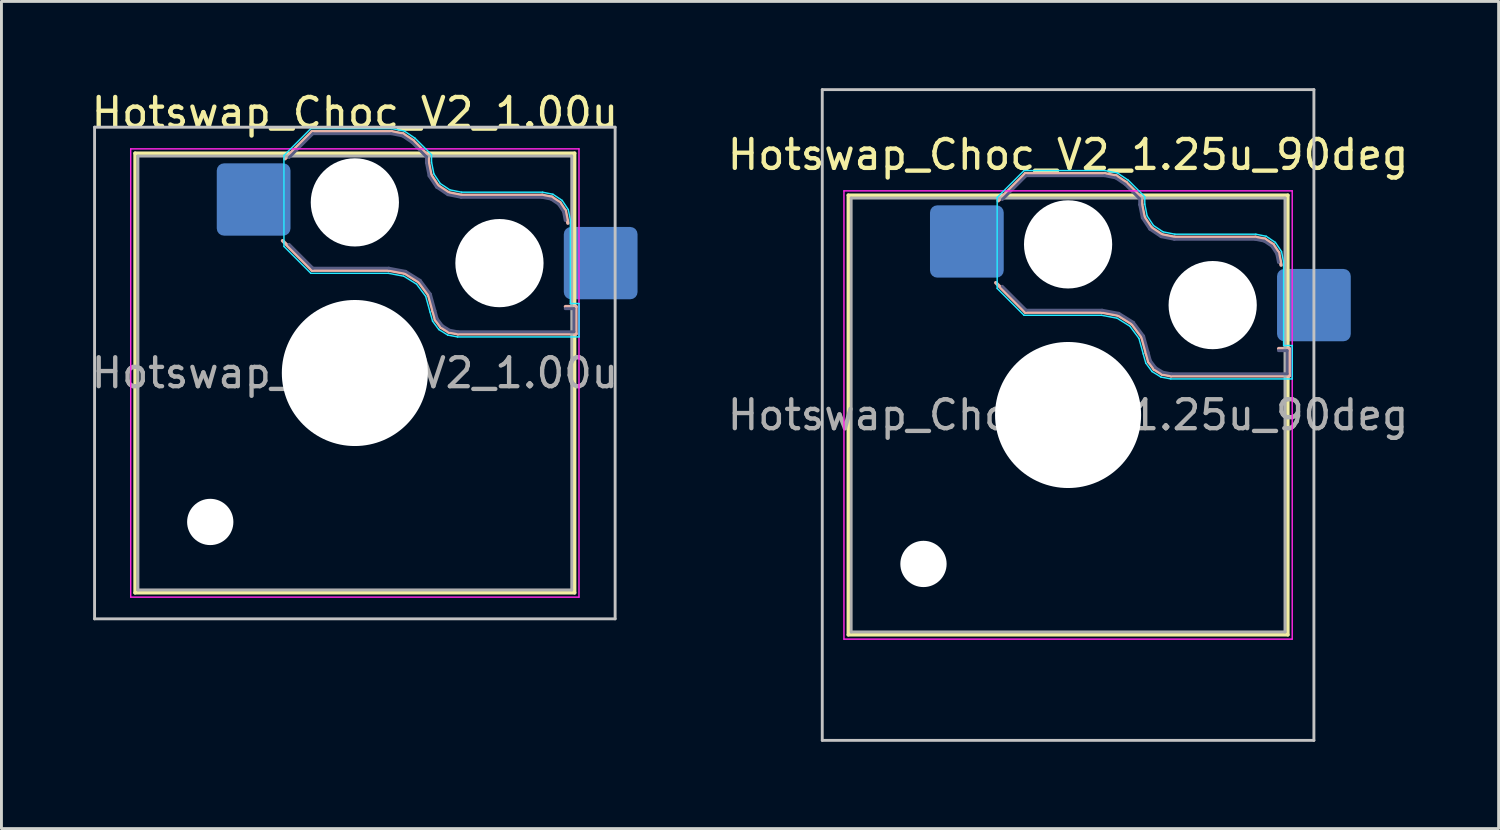
<source format=kicad_pcb>
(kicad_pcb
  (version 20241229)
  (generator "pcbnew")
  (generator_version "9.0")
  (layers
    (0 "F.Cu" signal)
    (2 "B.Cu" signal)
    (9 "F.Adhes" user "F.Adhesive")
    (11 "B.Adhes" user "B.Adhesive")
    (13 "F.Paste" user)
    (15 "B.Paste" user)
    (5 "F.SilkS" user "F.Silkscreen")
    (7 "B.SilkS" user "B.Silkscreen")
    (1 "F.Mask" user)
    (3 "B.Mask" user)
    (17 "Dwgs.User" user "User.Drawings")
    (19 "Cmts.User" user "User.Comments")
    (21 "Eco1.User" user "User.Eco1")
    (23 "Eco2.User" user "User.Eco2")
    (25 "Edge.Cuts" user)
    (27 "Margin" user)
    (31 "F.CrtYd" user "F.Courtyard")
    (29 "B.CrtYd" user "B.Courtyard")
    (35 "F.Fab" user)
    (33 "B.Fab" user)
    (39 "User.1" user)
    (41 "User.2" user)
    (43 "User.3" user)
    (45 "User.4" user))
  (footprint "Hotswap_Choc_V2_1.25u_90deg"
    (layer "F.Cu")
    (at 33.882 11.3)
    (property "Reference" "Hotswap_Choc_V2_1.25u_90deg" (at 0 -9 0) (layer "F.SilkS") (effects (font (size 1 1) (thickness 0.15))))
    (attr smd)
    (fp_line (start -7.6 -7.6) (end -7.6 7.6) (stroke (width 0.12) (type solid)) (layer "F.SilkS"))
    (fp_line (start -7.6 7.6) (end 7.6 7.6) (stroke (width 0.12) (type solid)) (layer "F.SilkS"))
    (fp_line (start 7.6 -7.6) (end -7.6 -7.6) (stroke (width 0.12) (type solid)) (layer "F.SilkS"))
    (fp_line (start 7.6 7.6) (end 7.6 -7.6) (stroke (width 0.12) (type solid)) (layer "F.SilkS"))
    (fp_line (start -2.416 -7.409) (end -1.479 -8.346) (stroke (width 0.12) (type solid)) (layer "B.SilkS"))
    (fp_line (start -1.479 -8.346) (end 1.268 -8.346) (stroke (width 0.12) (type solid)) (layer "B.SilkS"))
    (fp_line (start -1.479 -3.554) (end -2.5 -4.575) (stroke (width 0.12) (type solid)) (layer "B.SilkS"))
    (fp_line (start 1.168 -3.554) (end -1.479 -3.554) (stroke (width 0.12) (type solid)) (layer "B.SilkS"))
    (fp_line (start 1.268 -8.346) (end 1.671 -8.266) (stroke (width 0.12) (type solid)) (layer "B.SilkS"))
    (fp_line (start 1.671 -8.266) (end 2.013 -8.037) (stroke (width 0.12) (type solid)) (layer "B.SilkS"))
    (fp_line (start 1.73 -3.449) (end 1.168 -3.554) (stroke (width 0.12) (type solid)) (layer "B.SilkS"))
    (fp_line (start 2.013 -8.037) (end 2.546 -7.504) (stroke (width 0.12) (type solid)) (layer "B.SilkS"))
    (fp_line (start 2.209 -3.15) (end 1.73 -3.449) (stroke (width 0.12) (type solid)) (layer "B.SilkS"))
    (fp_line (start 2.546 -7.504) (end 2.546 -7.282) (stroke (width 0.12) (type solid)) (layer "B.SilkS"))
    (fp_line (start 2.546 -7.282) (end 2.633 -6.844) (stroke (width 0.12) (type solid)) (layer "B.SilkS"))
    (fp_line (start 2.547 -2.697) (end 2.209 -3.15) (stroke (width 0.12) (type solid)) (layer "B.SilkS"))
    (fp_line (start 2.633 -6.844) (end 2.877 -6.477) (stroke (width 0.12) (type solid)) (layer "B.SilkS"))
    (fp_line (start 2.701 -2.139) (end 2.547 -2.697) (stroke (width 0.12) (type solid)) (layer "B.SilkS"))
    (fp_line (start 2.783 -1.841) (end 2.701 -2.139) (stroke (width 0.12) (type solid)) (layer "B.SilkS"))
    (fp_line (start 2.877 -6.477) (end 3.244 -6.233) (stroke (width 0.12) (type solid)) (layer "B.SilkS"))
    (fp_line (start 2.976 -1.583) (end 2.783 -1.841) (stroke (width 0.12) (type solid)) (layer "B.SilkS"))
    (fp_line (start 3.244 -6.233) (end 3.682 -6.146) (stroke (width 0.12) (type solid)) (layer "B.SilkS"))
    (fp_line (start 3.25 -1.413) (end 2.976 -1.583) (stroke (width 0.12) (type solid)) (layer "B.SilkS"))
    (fp_line (start 3.56 -1.354) (end 3.25 -1.413) (stroke (width 0.12) (type solid)) (layer "B.SilkS"))
    (fp_line (start 3.682 -6.146) (end 6.482 -6.146) (stroke (width 0.12) (type solid)) (layer "B.SilkS"))
    (fp_line (start 6.482 -6.146) (end 6.809 -6.081) (stroke (width 0.12) (type solid)) (layer "B.SilkS"))
    (fp_line (start 6.809 -6.081) (end 7.092 -5.892) (stroke (width 0.12) (type solid)) (layer "B.SilkS"))
    (fp_line (start 7.092 -5.892) (end 7.281 -5.609) (stroke (width 0.12) (type solid)) (layer "B.SilkS"))
    (fp_line (start 7.281 -5.609) (end 7.366 -5.182) (stroke (width 0.12) (type solid)) (layer "B.SilkS"))
    (fp_line (start 7.283 -2.296) (end 7.646 -2.296) (stroke (width 0.12) (type solid)) (layer "B.SilkS"))
    (fp_line (start 7.646 -2.296) (end 7.646 -1.354) (stroke (width 0.12) (type solid)) (layer "B.SilkS"))
    (fp_line (start 7.646 -1.354) (end 3.56 -1.354) (stroke (width 0.12) (type solid)) (layer "B.SilkS"))
    (fp_line (start -8.5 -11.25) (end 8.5 -11.25) (stroke (width 0.1) (type solid)) (layer "Dwgs.User"))
    (fp_line (start -8.5 11.25) (end -8.5 -11.25) (stroke (width 0.1) (type solid)) (layer "Dwgs.User"))
    (fp_line (start 8.5 -11.25) (end 8.5 11.25) (stroke (width 0.1) (type solid)) (layer "Dwgs.User"))
    (fp_line (start 8.5 11.25) (end -8.5 11.25) (stroke (width 0.1) (type solid)) (layer "Dwgs.User"))
    (fp_line (start -7.25 -7.25) (end -7.25 7.25) (stroke (width 0.1) (type solid)) (layer "Eco1.User"))
    (fp_line (start -7.25 7.25) (end 7.25 7.25) (stroke (width 0.1) (type solid)) (layer "Eco1.User"))
    (fp_line (start 7.25 -7.25) (end -7.25 -7.25) (stroke (width 0.1) (type solid)) (layer "Eco1.User"))
    (fp_line (start 7.25 7.25) (end 7.25 -7.25) (stroke (width 0.1) (type solid)) (layer "Eco1.User"))
    (fp_line (start -2.452 -7.523) (end -1.523 -8.452) (stroke (width 0.05) (type solid)) (layer "B.CrtYd"))
    (fp_line (start -2.452 -4.377) (end -2.452 -7.523) (stroke (width 0.05) (type solid)) (layer "B.CrtYd"))
    (fp_line (start -1.523 -8.452) (end 1.278 -8.452) (stroke (width 0.05) (type solid)) (layer "B.CrtYd"))
    (fp_line (start -1.523 -3.448) (end -2.452 -4.377) (stroke (width 0.05) (type solid)) (layer "B.CrtYd"))
    (fp_line (start 1.159 -3.448) (end -1.523 -3.448) (stroke (width 0.05) (type solid)) (layer "B.CrtYd"))
    (fp_line (start 1.278 -8.452) (end 1.712 -8.366) (stroke (width 0.05) (type solid)) (layer "B.CrtYd"))
    (fp_line (start 1.691 -3.348) (end 1.159 -3.448) (stroke (width 0.05) (type solid)) (layer "B.CrtYd"))
    (fp_line (start 1.712 -8.366) (end 2.081 -8.119) (stroke (width 0.05) (type solid)) (layer "B.CrtYd"))
    (fp_line (start 2.081 -8.119) (end 2.652 -7.548) (stroke (width 0.05) (type solid)) (layer "B.CrtYd"))
    (fp_line (start 2.136 -3.071) (end 1.691 -3.348) (stroke (width 0.05) (type solid)) (layer "B.CrtYd"))
    (fp_line (start 2.45 -2.65) (end 2.136 -3.071) (stroke (width 0.05) (type solid)) (layer "B.CrtYd"))
    (fp_line (start 2.599 -2.111) (end 2.45 -2.65) (stroke (width 0.05) (type solid)) (layer "B.CrtYd"))
    (fp_line (start 2.652 -7.548) (end 2.652 -7.292) (stroke (width 0.05) (type solid)) (layer "B.CrtYd"))
    (fp_line (start 2.652 -7.292) (end 2.733 -6.885) (stroke (width 0.05) (type solid)) (layer "B.CrtYd"))
    (fp_line (start 2.687 -1.794) (end 2.599 -2.111) (stroke (width 0.05) (type solid)) (layer "B.CrtYd"))
    (fp_line (start 2.733 -6.885) (end 2.953 -6.553) (stroke (width 0.05) (type solid)) (layer "B.CrtYd"))
    (fp_line (start 2.903 -1.503) (end 2.687 -1.794) (stroke (width 0.05) (type solid)) (layer "B.CrtYd"))
    (fp_line (start 2.953 -6.553) (end 3.285 -6.333) (stroke (width 0.05) (type solid)) (layer "B.CrtYd"))
    (fp_line (start 3.211 -1.312) (end 2.903 -1.503) (stroke (width 0.05) (type solid)) (layer "B.CrtYd"))
    (fp_line (start 3.285 -6.333) (end 3.692 -6.252) (stroke (width 0.05) (type solid)) (layer "B.CrtYd"))
    (fp_line (start 3.55 -1.248) (end 3.211 -1.312) (stroke (width 0.05) (type solid)) (layer "B.CrtYd"))
    (fp_line (start 3.692 -6.252) (end 6.492 -6.252) (stroke (width 0.05) (type solid)) (layer "B.CrtYd"))
    (fp_line (start 6.492 -6.252) (end 6.85 -6.181) (stroke (width 0.05) (type solid)) (layer "B.CrtYd"))
    (fp_line (start 6.85 -6.181) (end 7.168 -5.968) (stroke (width 0.05) (type solid)) (layer "B.CrtYd"))
    (fp_line (start 7.168 -5.968) (end 7.381 -5.65) (stroke (width 0.05) (type solid)) (layer "B.CrtYd"))
    (fp_line (start 7.381 -5.65) (end 7.452 -5.292) (stroke (width 0.05) (type solid)) (layer "B.CrtYd"))
    (fp_line (start 7.452 -5.292) (end 7.452 -2.402) (stroke (width 0.05) (type solid)) (layer "B.CrtYd"))
    (fp_line (start 7.452 -2.402) (end 7.752 -2.402) (stroke (width 0.05) (type solid)) (layer "B.CrtYd"))
    (fp_line (start 7.752 -2.402) (end 7.752 -1.248) (stroke (width 0.05) (type solid)) (layer "B.CrtYd"))
    (fp_line (start 7.752 -1.248) (end 3.55 -1.248) (stroke (width 0.05) (type solid)) (layer "B.CrtYd"))
    (fp_line (start -7.75 -7.75) (end -7.75 7.75) (stroke (width 0.05) (type solid)) (layer "F.CrtYd"))
    (fp_line (start -7.75 7.75) (end 7.75 7.75) (stroke (width 0.05) (type solid)) (layer "F.CrtYd"))
    (fp_line (start 7.75 -7.75) (end -7.75 -7.75) (stroke (width 0.05) (type solid)) (layer "F.CrtYd"))
    (fp_line (start 7.75 7.75) (end 7.75 -7.75) (stroke (width 0.05) (type solid)) (layer "F.CrtYd"))
    (fp_line (start -2.275 -7.45) (end -1.45 -8.275) (stroke (width 0.1) (type solid)) (layer "B.Fab"))
    (fp_line (start -1.45 -8.275) (end 1.261 -8.275) (stroke (width 0.1) (type solid)) (layer "B.Fab"))
    (fp_line (start -1.45 -3.625) (end -2.275 -4.45) (stroke (width 0.1) (type solid)) (layer "B.Fab"))
    (fp_line (start 1.175 -3.625) (end -1.45 -3.625) (stroke (width 0.1) (type solid)) (layer "B.Fab"))
    (fp_line (start 1.261 -8.275) (end 1.643 -8.199) (stroke (width 0.1) (type solid)) (layer "B.Fab"))
    (fp_line (start 1.643 -8.199) (end 1.968 -7.982) (stroke (width 0.1) (type solid)) (layer "B.Fab"))
    (fp_line (start 1.756 -3.516) (end 1.175 -3.625) (stroke (width 0.1) (type solid)) (layer "B.Fab"))
    (fp_line (start 1.968 -7.982) (end 2.475 -7.475) (stroke (width 0.1) (type solid)) (layer "B.Fab"))
    (fp_line (start 2.258 -3.203) (end 1.756 -3.516) (stroke (width 0.1) (type solid)) (layer "B.Fab"))
    (fp_line (start 2.475 -7.475) (end 2.475 -7.275) (stroke (width 0.1) (type solid)) (layer "B.Fab"))
    (fp_line (start 2.475 -7.275) (end 2.566 -6.816) (stroke (width 0.1) (type solid)) (layer "B.Fab"))
    (fp_line (start 2.566 -6.816) (end 2.826 -6.426) (stroke (width 0.1) (type solid)) (layer "B.Fab"))
    (fp_line (start 2.612 -2.729) (end 2.258 -3.203) (stroke (width 0.1) (type solid)) (layer "B.Fab"))
    (fp_line (start 2.769 -2.158) (end 2.612 -2.729) (stroke (width 0.1) (type solid)) (layer "B.Fab"))
    (fp_line (start 2.826 -6.426) (end 3.216 -6.166) (stroke (width 0.1) (type solid)) (layer "B.Fab"))
    (fp_line (start 2.848 -1.873) (end 2.769 -2.158) (stroke (width 0.1) (type solid)) (layer "B.Fab"))
    (fp_line (start 3.025 -1.636) (end 2.848 -1.873) (stroke (width 0.1) (type solid)) (layer "B.Fab"))
    (fp_line (start 3.216 -6.166) (end 3.675 -6.075) (stroke (width 0.1) (type solid)) (layer "B.Fab"))
    (fp_line (start 3.276 -1.48) (end 3.025 -1.636) (stroke (width 0.1) (type solid)) (layer "B.Fab"))
    (fp_line (start 3.567 -1.425) (end 3.276 -1.48) (stroke (width 0.1) (type solid)) (layer "B.Fab"))
    (fp_line (start 3.675 -6.075) (end 6.475 -6.075) (stroke (width 0.1) (type solid)) (layer "B.Fab"))
    (fp_line (start 6.475 -6.075) (end 6.781 -6.014) (stroke (width 0.1) (type solid)) (layer "B.Fab"))
    (fp_line (start 6.781 -6.014) (end 7.041 -5.841) (stroke (width 0.1) (type solid)) (layer "B.Fab"))
    (fp_line (start 7.041 -5.841) (end 7.214 -5.581) (stroke (width 0.1) (type solid)) (layer "B.Fab"))
    (fp_line (start 7.214 -5.581) (end 7.275 -5.275) (stroke (width 0.1) (type solid)) (layer "B.Fab"))
    (fp_line (start 7.275 -2.225) (end 7.575 -2.225) (stroke (width 0.1) (type solid)) (layer "B.Fab"))
    (fp_line (start 7.575 -2.225) (end 7.575 -1.425) (stroke (width 0.1) (type solid)) (layer "B.Fab"))
    (fp_line (start 7.575 -1.425) (end 3.567 -1.425) (stroke (width 0.1) (type solid)) (layer "B.Fab"))
    (fp_line (start -7.5 -7.5) (end -7.5 7.5) (stroke (width 0.1) (type solid)) (layer "F.Fab"))
    (fp_line (start -7.5 7.5) (end 7.5 7.5) (stroke (width 0.1) (type solid)) (layer "F.Fab"))
    (fp_line (start 7.5 -7.5) (end -7.5 -7.5) (stroke (width 0.1) (type solid)) (layer "F.Fab"))
    (fp_line (start 7.5 7.5) (end 7.5 -7.5) (stroke (width 0.1) (type solid)) (layer "F.Fab"))
    (fp_text user "${REFERENCE}" (at 0 0 0) (layer "F.Fab") (effects (font (size 1 1) (thickness 0.15))))
    (pad "" np_thru_hole circle (at -5 5.15) (size 1.6 1.6) (drill 1.6) (layers "*.Cu" "*.Mask"))
    (pad "" np_thru_hole circle (at 0 -5.9) (size 3.05 3.05) (drill 3.05) (layers "*.Cu" "*.Mask"))
    (pad "" np_thru_hole circle (at 0 0) (size 5.05 5.05) (drill 5.05) (layers "*.Cu" "*.Mask"))
    (pad "" np_thru_hole circle (at 5 -3.8) (size 3.05 3.05) (drill 3.05) (layers "*.Cu" "*.Mask"))
    (pad "1" smd roundrect (at -3.5 -6) (size 2.55 2.5) (layers "B.Cu" "B.Mask" "B.Paste") (roundrect_rratio 0.1))
    (pad "2" smd roundrect (at 8.5 -3.8) (size 2.55 2.5) (layers "B.Cu" "B.Mask" "B.Paste") (roundrect_rratio 0.1)))
  (footprint "Hotswap_Choc_V2_1.00u"
    (layer "F.Cu")
    (at 9.22 9.848)
    (property "Reference" "Hotswap_Choc_V2_1.00u" (at 0 -9 0) (layer "F.SilkS") (effects (font (size 1 1) (thickness 0.15))))
    (attr smd)
    (fp_line (start -7.6 -7.6) (end -7.6 7.6) (stroke (width 0.12) (type solid)) (layer "F.SilkS"))
    (fp_line (start -7.6 7.6) (end 7.6 7.6) (stroke (width 0.12) (type solid)) (layer "F.SilkS"))
    (fp_line (start 7.6 -7.6) (end -7.6 -7.6) (stroke (width 0.12) (type solid)) (layer "F.SilkS"))
    (fp_line (start 7.6 7.6) (end 7.6 -7.6) (stroke (width 0.12) (type solid)) (layer "F.SilkS"))
    (fp_line (start -2.416 -7.409) (end -1.479 -8.346) (stroke (width 0.12) (type solid)) (layer "B.SilkS"))
    (fp_line (start -1.479 -8.346) (end 1.268 -8.346) (stroke (width 0.12) (type solid)) (layer "B.SilkS"))
    (fp_line (start -1.479 -3.554) (end -2.5 -4.575) (stroke (width 0.12) (type solid)) (layer "B.SilkS"))
    (fp_line (start 1.168 -3.554) (end -1.479 -3.554) (stroke (width 0.12) (type solid)) (layer "B.SilkS"))
    (fp_line (start 1.268 -8.346) (end 1.671 -8.266) (stroke (width 0.12) (type solid)) (layer "B.SilkS"))
    (fp_line (start 1.671 -8.266) (end 2.013 -8.037) (stroke (width 0.12) (type solid)) (layer "B.SilkS"))
    (fp_line (start 1.73 -3.449) (end 1.168 -3.554) (stroke (width 0.12) (type solid)) (layer "B.SilkS"))
    (fp_line (start 2.013 -8.037) (end 2.546 -7.504) (stroke (width 0.12) (type solid)) (layer "B.SilkS"))
    (fp_line (start 2.209 -3.15) (end 1.73 -3.449) (stroke (width 0.12) (type solid)) (layer "B.SilkS"))
    (fp_line (start 2.546 -7.504) (end 2.546 -7.282) (stroke (width 0.12) (type solid)) (layer "B.SilkS"))
    (fp_line (start 2.546 -7.282) (end 2.633 -6.844) (stroke (width 0.12) (type solid)) (layer "B.SilkS"))
    (fp_line (start 2.547 -2.697) (end 2.209 -3.15) (stroke (width 0.12) (type solid)) (layer "B.SilkS"))
    (fp_line (start 2.633 -6.844) (end 2.877 -6.477) (stroke (width 0.12) (type solid)) (layer "B.SilkS"))
    (fp_line (start 2.701 -2.139) (end 2.547 -2.697) (stroke (width 0.12) (type solid)) (layer "B.SilkS"))
    (fp_line (start 2.783 -1.841) (end 2.701 -2.139) (stroke (width 0.12) (type solid)) (layer "B.SilkS"))
    (fp_line (start 2.877 -6.477) (end 3.244 -6.233) (stroke (width 0.12) (type solid)) (layer "B.SilkS"))
    (fp_line (start 2.976 -1.583) (end 2.783 -1.841) (stroke (width 0.12) (type solid)) (layer "B.SilkS"))
    (fp_line (start 3.244 -6.233) (end 3.682 -6.146) (stroke (width 0.12) (type solid)) (layer "B.SilkS"))
    (fp_line (start 3.25 -1.413) (end 2.976 -1.583) (stroke (width 0.12) (type solid)) (layer "B.SilkS"))
    (fp_line (start 3.56 -1.354) (end 3.25 -1.413) (stroke (width 0.12) (type solid)) (layer "B.SilkS"))
    (fp_line (start 3.682 -6.146) (end 6.482 -6.146) (stroke (width 0.12) (type solid)) (layer "B.SilkS"))
    (fp_line (start 6.482 -6.146) (end 6.809 -6.081) (stroke (width 0.12) (type solid)) (layer "B.SilkS"))
    (fp_line (start 6.809 -6.081) (end 7.092 -5.892) (stroke (width 0.12) (type solid)) (layer "B.SilkS"))
    (fp_line (start 7.092 -5.892) (end 7.281 -5.609) (stroke (width 0.12) (type solid)) (layer "B.SilkS"))
    (fp_line (start 7.281 -5.609) (end 7.366 -5.182) (stroke (width 0.12) (type solid)) (layer "B.SilkS"))
    (fp_line (start 7.283 -2.296) (end 7.646 -2.296) (stroke (width 0.12) (type solid)) (layer "B.SilkS"))
    (fp_line (start 7.646 -2.296) (end 7.646 -1.354) (stroke (width 0.12) (type solid)) (layer "B.SilkS"))
    (fp_line (start 7.646 -1.354) (end 3.56 -1.354) (stroke (width 0.12) (type solid)) (layer "B.SilkS"))
    (fp_line (start -9 -8.5) (end -9 8.5) (stroke (width 0.1) (type solid)) (layer "Dwgs.User"))
    (fp_line (start -9 8.5) (end 9 8.5) (stroke (width 0.1) (type solid)) (layer "Dwgs.User"))
    (fp_line (start 9 -8.5) (end -9 -8.5) (stroke (width 0.1) (type solid)) (layer "Dwgs.User"))
    (fp_line (start 9 8.5) (end 9 -8.5) (stroke (width 0.1) (type solid)) (layer "Dwgs.User"))
    (fp_line (start -7.25 -7.25) (end -7.25 7.25) (stroke (width 0.1) (type solid)) (layer "Eco1.User"))
    (fp_line (start -7.25 7.25) (end 7.25 7.25) (stroke (width 0.1) (type solid)) (layer "Eco1.User"))
    (fp_line (start 7.25 -7.25) (end -7.25 -7.25) (stroke (width 0.1) (type solid)) (layer "Eco1.User"))
    (fp_line (start 7.25 7.25) (end 7.25 -7.25) (stroke (width 0.1) (type solid)) (layer "Eco1.User"))
    (fp_line (start -2.452 -7.523) (end -1.523 -8.452) (stroke (width 0.05) (type solid)) (layer "B.CrtYd"))
    (fp_line (start -2.452 -4.377) (end -2.452 -7.523) (stroke (width 0.05) (type solid)) (layer "B.CrtYd"))
    (fp_line (start -1.523 -8.452) (end 1.278 -8.452) (stroke (width 0.05) (type solid)) (layer "B.CrtYd"))
    (fp_line (start -1.523 -3.448) (end -2.452 -4.377) (stroke (width 0.05) (type solid)) (layer "B.CrtYd"))
    (fp_line (start 1.159 -3.448) (end -1.523 -3.448) (stroke (width 0.05) (type solid)) (layer "B.CrtYd"))
    (fp_line (start 1.278 -8.452) (end 1.712 -8.366) (stroke (width 0.05) (type solid)) (layer "B.CrtYd"))
    (fp_line (start 1.691 -3.348) (end 1.159 -3.448) (stroke (width 0.05) (type solid)) (layer "B.CrtYd"))
    (fp_line (start 1.712 -8.366) (end 2.081 -8.119) (stroke (width 0.05) (type solid)) (layer "B.CrtYd"))
    (fp_line (start 2.081 -8.119) (end 2.652 -7.548) (stroke (width 0.05) (type solid)) (layer "B.CrtYd"))
    (fp_line (start 2.136 -3.071) (end 1.691 -3.348) (stroke (width 0.05) (type solid)) (layer "B.CrtYd"))
    (fp_line (start 2.45 -2.65) (end 2.136 -3.071) (stroke (width 0.05) (type solid)) (layer "B.CrtYd"))
    (fp_line (start 2.599 -2.111) (end 2.45 -2.65) (stroke (width 0.05) (type solid)) (layer "B.CrtYd"))
    (fp_line (start 2.652 -7.548) (end 2.652 -7.292) (stroke (width 0.05) (type solid)) (layer "B.CrtYd"))
    (fp_line (start 2.652 -7.292) (end 2.733 -6.885) (stroke (width 0.05) (type solid)) (layer "B.CrtYd"))
    (fp_line (start 2.687 -1.794) (end 2.599 -2.111) (stroke (width 0.05) (type solid)) (layer "B.CrtYd"))
    (fp_line (start 2.733 -6.885) (end 2.953 -6.553) (stroke (width 0.05) (type solid)) (layer "B.CrtYd"))
    (fp_line (start 2.903 -1.503) (end 2.687 -1.794) (stroke (width 0.05) (type solid)) (layer "B.CrtYd"))
    (fp_line (start 2.953 -6.553) (end 3.285 -6.333) (stroke (width 0.05) (type solid)) (layer "B.CrtYd"))
    (fp_line (start 3.211 -1.312) (end 2.903 -1.503) (stroke (width 0.05) (type solid)) (layer "B.CrtYd"))
    (fp_line (start 3.285 -6.333) (end 3.692 -6.252) (stroke (width 0.05) (type solid)) (layer "B.CrtYd"))
    (fp_line (start 3.55 -1.248) (end 3.211 -1.312) (stroke (width 0.05) (type solid)) (layer "B.CrtYd"))
    (fp_line (start 3.692 -6.252) (end 6.492 -6.252) (stroke (width 0.05) (type solid)) (layer "B.CrtYd"))
    (fp_line (start 6.492 -6.252) (end 6.85 -6.181) (stroke (width 0.05) (type solid)) (layer "B.CrtYd"))
    (fp_line (start 6.85 -6.181) (end 7.168 -5.968) (stroke (width 0.05) (type solid)) (layer "B.CrtYd"))
    (fp_line (start 7.168 -5.968) (end 7.381 -5.65) (stroke (width 0.05) (type solid)) (layer "B.CrtYd"))
    (fp_line (start 7.381 -5.65) (end 7.452 -5.292) (stroke (width 0.05) (type solid)) (layer "B.CrtYd"))
    (fp_line (start 7.452 -5.292) (end 7.452 -2.402) (stroke (width 0.05) (type solid)) (layer "B.CrtYd"))
    (fp_line (start 7.452 -2.402) (end 7.752 -2.402) (stroke (width 0.05) (type solid)) (layer "B.CrtYd"))
    (fp_line (start 7.752 -2.402) (end 7.752 -1.248) (stroke (width 0.05) (type solid)) (layer "B.CrtYd"))
    (fp_line (start 7.752 -1.248) (end 3.55 -1.248) (stroke (width 0.05) (type solid)) (layer "B.CrtYd"))
    (fp_line (start -7.75 -7.75) (end -7.75 7.75) (stroke (width 0.05) (type solid)) (layer "F.CrtYd"))
    (fp_line (start -7.75 7.75) (end 7.75 7.75) (stroke (width 0.05) (type solid)) (layer "F.CrtYd"))
    (fp_line (start 7.75 -7.75) (end -7.75 -7.75) (stroke (width 0.05) (type solid)) (layer "F.CrtYd"))
    (fp_line (start 7.75 7.75) (end 7.75 -7.75) (stroke (width 0.05) (type solid)) (layer "F.CrtYd"))
    (fp_line (start -2.275 -7.45) (end -1.45 -8.275) (stroke (width 0.1) (type solid)) (layer "B.Fab"))
    (fp_line (start -1.45 -8.275) (end 1.261 -8.275) (stroke (width 0.1) (type solid)) (layer "B.Fab"))
    (fp_line (start -1.45 -3.625) (end -2.275 -4.45) (stroke (width 0.1) (type solid)) (layer "B.Fab"))
    (fp_line (start 1.175 -3.625) (end -1.45 -3.625) (stroke (width 0.1) (type solid)) (layer "B.Fab"))
    (fp_line (start 1.261 -8.275) (end 1.643 -8.199) (stroke (width 0.1) (type solid)) (layer "B.Fab"))
    (fp_line (start 1.643 -8.199) (end 1.968 -7.982) (stroke (width 0.1) (type solid)) (layer "B.Fab"))
    (fp_line (start 1.756 -3.516) (end 1.175 -3.625) (stroke (width 0.1) (type solid)) (layer "B.Fab"))
    (fp_line (start 1.968 -7.982) (end 2.475 -7.475) (stroke (width 0.1) (type solid)) (layer "B.Fab"))
    (fp_line (start 2.258 -3.203) (end 1.756 -3.516) (stroke (width 0.1) (type solid)) (layer "B.Fab"))
    (fp_line (start 2.475 -7.475) (end 2.475 -7.275) (stroke (width 0.1) (type solid)) (layer "B.Fab"))
    (fp_line (start 2.475 -7.275) (end 2.566 -6.816) (stroke (width 0.1) (type solid)) (layer "B.Fab"))
    (fp_line (start 2.566 -6.816) (end 2.826 -6.426) (stroke (width 0.1) (type solid)) (layer "B.Fab"))
    (fp_line (start 2.612 -2.729) (end 2.258 -3.203) (stroke (width 0.1) (type solid)) (layer "B.Fab"))
    (fp_line (start 2.769 -2.158) (end 2.612 -2.729) (stroke (width 0.1) (type solid)) (layer "B.Fab"))
    (fp_line (start 2.826 -6.426) (end 3.216 -6.166) (stroke (width 0.1) (type solid)) (layer "B.Fab"))
    (fp_line (start 2.848 -1.873) (end 2.769 -2.158) (stroke (width 0.1) (type solid)) (layer "B.Fab"))
    (fp_line (start 3.025 -1.636) (end 2.848 -1.873) (stroke (width 0.1) (type solid)) (layer "B.Fab"))
    (fp_line (start 3.216 -6.166) (end 3.675 -6.075) (stroke (width 0.1) (type solid)) (layer "B.Fab"))
    (fp_line (start 3.276 -1.48) (end 3.025 -1.636) (stroke (width 0.1) (type solid)) (layer "B.Fab"))
    (fp_line (start 3.567 -1.425) (end 3.276 -1.48) (stroke (width 0.1) (type solid)) (layer "B.Fab"))
    (fp_line (start 3.675 -6.075) (end 6.475 -6.075) (stroke (width 0.1) (type solid)) (layer "B.Fab"))
    (fp_line (start 6.475 -6.075) (end 6.781 -6.014) (stroke (width 0.1) (type solid)) (layer "B.Fab"))
    (fp_line (start 6.781 -6.014) (end 7.041 -5.841) (stroke (width 0.1) (type solid)) (layer "B.Fab"))
    (fp_line (start 7.041 -5.841) (end 7.214 -5.581) (stroke (width 0.1) (type solid)) (layer "B.Fab"))
    (fp_line (start 7.214 -5.581) (end 7.275 -5.275) (stroke (width 0.1) (type solid)) (layer "B.Fab"))
    (fp_line (start 7.275 -2.225) (end 7.575 -2.225) (stroke (width 0.1) (type solid)) (layer "B.Fab"))
    (fp_line (start 7.575 -2.225) (end 7.575 -1.425) (stroke (width 0.1) (type solid)) (layer "B.Fab"))
    (fp_line (start 7.575 -1.425) (end 3.567 -1.425) (stroke (width 0.1) (type solid)) (layer "B.Fab"))
    (fp_line (start -7.5 -7.5) (end -7.5 7.5) (stroke (width 0.1) (type solid)) (layer "F.Fab"))
    (fp_line (start -7.5 7.5) (end 7.5 7.5) (stroke (width 0.1) (type solid)) (layer "F.Fab"))
    (fp_line (start 7.5 -7.5) (end -7.5 -7.5) (stroke (width 0.1) (type solid)) (layer "F.Fab"))
    (fp_line (start 7.5 7.5) (end 7.5 -7.5) (stroke (width 0.1) (type solid)) (layer "F.Fab"))
    (fp_text user "${REFERENCE}" (at 0 0 0) (layer "F.Fab") (effects (font (size 1 1) (thickness 0.15))))
    (pad "" np_thru_hole circle (at -5 5.15) (size 1.6 1.6) (drill 1.6) (layers "*.Cu" "*.Mask"))
    (pad "" np_thru_hole circle (at 0 -5.9) (size 3.05 3.05) (drill 3.05) (layers "*.Cu" "*.Mask"))
    (pad "" np_thru_hole circle (at 0 0) (size 5.05 5.05) (drill 5.05) (layers "*.Cu" "*.Mask"))
    (pad "" np_thru_hole circle (at 5 -3.8) (size 3.05 3.05) (drill 3.05) (layers "*.Cu" "*.Mask"))
    (pad "1" smd roundrect (at -3.5 -6) (size 2.55 2.5) (layers "B.Cu" "B.Mask" "B.Paste") (roundrect_rratio 0.1))
    (pad "2" smd roundrect (at 8.5 -3.8) (size 2.55 2.5) (layers "B.Cu" "B.Mask" "B.Paste") (roundrect_rratio 0.1)))
  (gr_rect
    (start -3 -3)
    (end 48.769 25.6)
    (stroke (width 0.1) (type default))
    (fill no)
    (layer "Edge.Cuts")))
</source>
